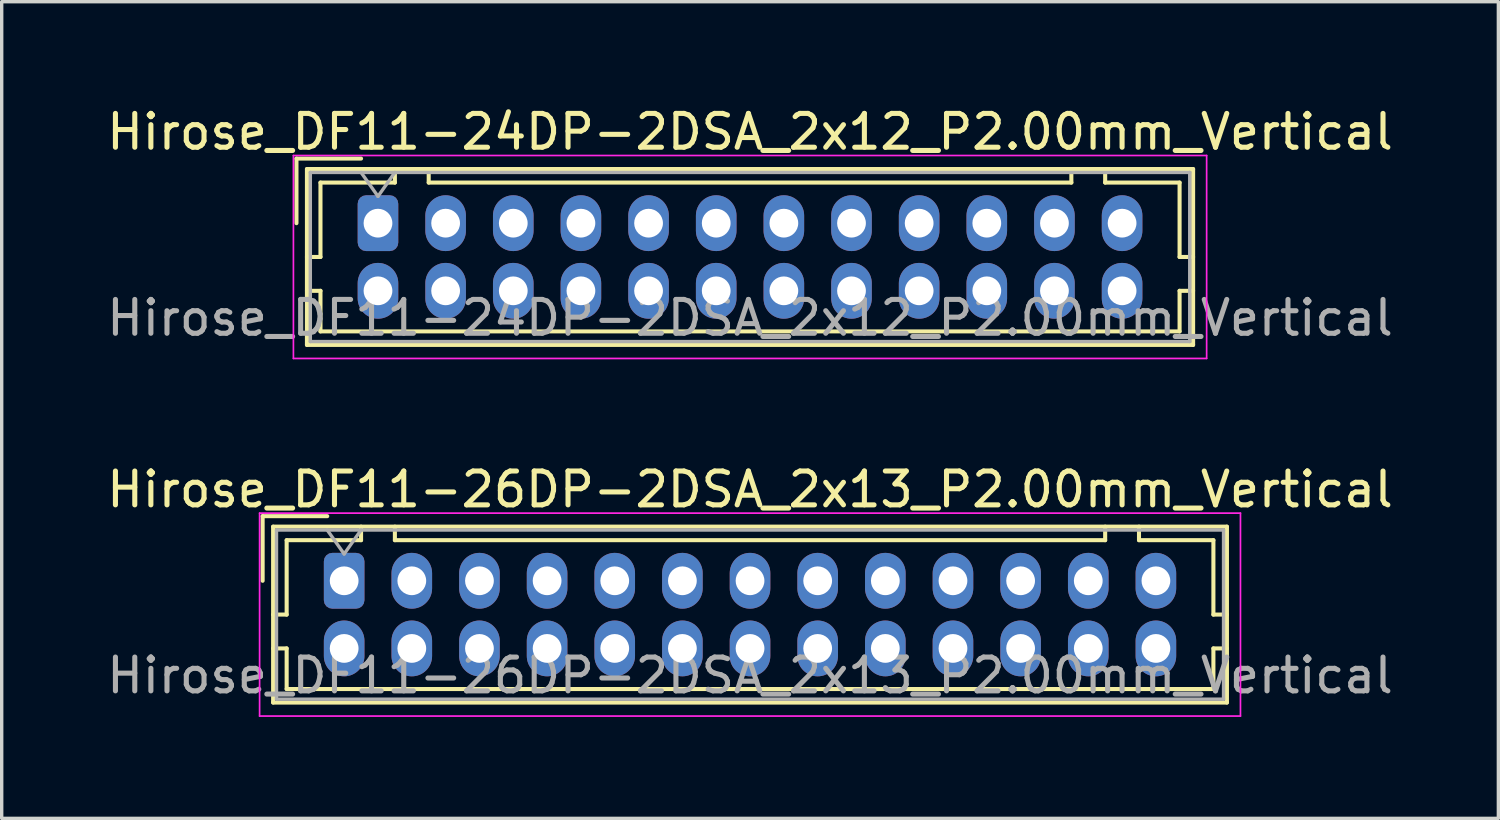
<source format=kicad_pcb>
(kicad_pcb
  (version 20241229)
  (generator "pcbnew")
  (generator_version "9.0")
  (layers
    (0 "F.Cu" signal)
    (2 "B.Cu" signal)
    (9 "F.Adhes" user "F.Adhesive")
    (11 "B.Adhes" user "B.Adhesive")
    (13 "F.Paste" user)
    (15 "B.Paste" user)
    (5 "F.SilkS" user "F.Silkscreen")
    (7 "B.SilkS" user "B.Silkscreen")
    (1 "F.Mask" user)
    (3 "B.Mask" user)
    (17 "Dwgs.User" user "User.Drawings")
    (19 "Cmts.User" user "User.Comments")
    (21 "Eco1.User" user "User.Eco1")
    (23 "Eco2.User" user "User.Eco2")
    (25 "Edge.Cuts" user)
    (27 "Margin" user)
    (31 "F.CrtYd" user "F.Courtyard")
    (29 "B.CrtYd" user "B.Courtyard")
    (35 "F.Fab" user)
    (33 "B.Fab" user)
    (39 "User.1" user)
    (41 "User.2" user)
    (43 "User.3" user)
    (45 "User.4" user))
  (footprint "Hirose_DF11-26DP-2DSA_2x13_P2.00mm_Vertical"
    (layer "F.Cu")
    (at 7.125 14.121)
    (property "Reference" "Hirose_DF11-26DP-2DSA_2x13_P2.00mm_Vertical" (at 12 -2.7 0) (layer "F.SilkS") (effects (font (size 1 1) (thickness 0.15))))
    (attr through_hole)
    (fp_line (start -2.41 -1.91) (end -0.5 -1.91) (stroke (width 0.12) (type solid)) (layer "F.SilkS"))
    (fp_line (start -2.41 0) (end -2.41 -1.91) (stroke (width 0.12) (type solid)) (layer "F.SilkS"))
    (fp_line (start -2.1 -1.6) (end -2.1 3.6) (stroke (width 0.12) (type solid)) (layer "F.SilkS"))
    (fp_line (start -2.1 1) (end -1.7 1) (stroke (width 0.12) (type solid)) (layer "F.SilkS"))
    (fp_line (start -2.1 2) (end -1.7 2) (stroke (width 0.12) (type solid)) (layer "F.SilkS"))
    (fp_line (start -2.1 3.6) (end 26.1 3.6) (stroke (width 0.12) (type solid)) (layer "F.SilkS"))
    (fp_line (start -1.7 -1.2) (end 0.5 -1.2) (stroke (width 0.12) (type solid)) (layer "F.SilkS"))
    (fp_line (start -1.7 1) (end -1.7 -1.2) (stroke (width 0.12) (type solid)) (layer "F.SilkS"))
    (fp_line (start -1.7 2) (end -1.7 3.2) (stroke (width 0.12) (type solid)) (layer "F.SilkS"))
    (fp_line (start -1.7 3.2) (end 25.7 3.2) (stroke (width 0.12) (type solid)) (layer "F.SilkS"))
    (fp_line (start 0.5 -1.2) (end 0.5 -1.6) (stroke (width 0.12) (type solid)) (layer "F.SilkS"))
    (fp_line (start 1.5 -1.6) (end 1.5 -1.2) (stroke (width 0.12) (type solid)) (layer "F.SilkS"))
    (fp_line (start 1.5 -1.2) (end 22.5 -1.2) (stroke (width 0.12) (type solid)) (layer "F.SilkS"))
    (fp_line (start 22.5 -1.2) (end 22.5 -1.6) (stroke (width 0.12) (type solid)) (layer "F.SilkS"))
    (fp_line (start 23.5 -1.2) (end 23.5 -1.6) (stroke (width 0.12) (type solid)) (layer "F.SilkS"))
    (fp_line (start 25.7 -1.2) (end 23.5 -1.2) (stroke (width 0.12) (type solid)) (layer "F.SilkS"))
    (fp_line (start 25.7 1) (end 25.7 -1.2) (stroke (width 0.12) (type solid)) (layer "F.SilkS"))
    (fp_line (start 25.7 2) (end 26.1 2) (stroke (width 0.12) (type solid)) (layer "F.SilkS"))
    (fp_line (start 25.7 3.2) (end 25.7 2) (stroke (width 0.12) (type solid)) (layer "F.SilkS"))
    (fp_line (start 26.1 -1.6) (end -2.1 -1.6) (stroke (width 0.12) (type solid)) (layer "F.SilkS"))
    (fp_line (start 26.1 1) (end 25.7 1) (stroke (width 0.12) (type solid)) (layer "F.SilkS"))
    (fp_line (start 26.1 3.6) (end 26.1 -1.6) (stroke (width 0.12) (type solid)) (layer "F.SilkS"))
    (fp_line (start -2.5 -2) (end -2.5 4) (stroke (width 0.05) (type solid)) (layer "F.CrtYd"))
    (fp_line (start -2.5 4) (end 26.5 4) (stroke (width 0.05) (type solid)) (layer "F.CrtYd"))
    (fp_line (start 26.5 -2) (end -2.5 -2) (stroke (width 0.05) (type solid)) (layer "F.CrtYd"))
    (fp_line (start 26.5 4) (end 26.5 -2) (stroke (width 0.05) (type solid)) (layer "F.CrtYd"))
    (fp_line (start -2 -1.5) (end -2 3.5) (stroke (width 0.1) (type solid)) (layer "F.Fab"))
    (fp_line (start -2 3.5) (end 26 3.5) (stroke (width 0.1) (type solid)) (layer "F.Fab"))
    (fp_line (start -0.5 -1.5) (end 0 -0.793) (stroke (width 0.1) (type solid)) (layer "F.Fab"))
    (fp_line (start 0 -0.793) (end 0.5 -1.5) (stroke (width 0.1) (type solid)) (layer "F.Fab"))
    (fp_line (start 26 -1.5) (end -2 -1.5) (stroke (width 0.1) (type solid)) (layer "F.Fab"))
    (fp_line (start 26 3.5) (end 26 -1.5) (stroke (width 0.1) (type solid)) (layer "F.Fab"))
    (fp_text user "${REFERENCE}" (at 12 2.8 0) (layer "F.Fab") (effects (font (size 1 1) (thickness 0.15))))
    (pad "1" thru_hole roundrect (at 0 0) (size 1.2 1.65) (drill 0.85) (layers "*.Cu" "*.Mask") (roundrect_rratio 0.208))
    (pad "2" thru_hole oval (at 0 2) (size 1.2 1.65) (drill 0.85) (layers "*.Cu" "*.Mask"))
    (pad "3" thru_hole oval (at 2 0) (size 1.2 1.65) (drill 0.85) (layers "*.Cu" "*.Mask"))
    (pad "4" thru_hole oval (at 2 2) (size 1.2 1.65) (drill 0.85) (layers "*.Cu" "*.Mask"))
    (pad "5" thru_hole oval (at 4 0) (size 1.2 1.65) (drill 0.85) (layers "*.Cu" "*.Mask"))
    (pad "6" thru_hole oval (at 4 2) (size 1.2 1.65) (drill 0.85) (layers "*.Cu" "*.Mask"))
    (pad "7" thru_hole oval (at 6 0) (size 1.2 1.65) (drill 0.85) (layers "*.Cu" "*.Mask"))
    (pad "8" thru_hole oval (at 6 2) (size 1.2 1.65) (drill 0.85) (layers "*.Cu" "*.Mask"))
    (pad "9" thru_hole oval (at 8 0) (size 1.2 1.65) (drill 0.85) (layers "*.Cu" "*.Mask"))
    (pad "10" thru_hole oval (at 8 2) (size 1.2 1.65) (drill 0.85) (layers "*.Cu" "*.Mask"))
    (pad "11" thru_hole oval (at 10 0) (size 1.2 1.65) (drill 0.85) (layers "*.Cu" "*.Mask"))
    (pad "12" thru_hole oval (at 10 2) (size 1.2 1.65) (drill 0.85) (layers "*.Cu" "*.Mask"))
    (pad "13" thru_hole oval (at 12 0) (size 1.2 1.65) (drill 0.85) (layers "*.Cu" "*.Mask"))
    (pad "14" thru_hole oval (at 12 2) (size 1.2 1.65) (drill 0.85) (layers "*.Cu" "*.Mask"))
    (pad "15" thru_hole oval (at 14 0) (size 1.2 1.65) (drill 0.85) (layers "*.Cu" "*.Mask"))
    (pad "16" thru_hole oval (at 14 2) (size 1.2 1.65) (drill 0.85) (layers "*.Cu" "*.Mask"))
    (pad "17" thru_hole oval (at 16 0) (size 1.2 1.65) (drill 0.85) (layers "*.Cu" "*.Mask"))
    (pad "18" thru_hole oval (at 16 2) (size 1.2 1.65) (drill 0.85) (layers "*.Cu" "*.Mask"))
    (pad "19" thru_hole oval (at 18 0) (size 1.2 1.65) (drill 0.85) (layers "*.Cu" "*.Mask"))
    (pad "20" thru_hole oval (at 18 2) (size 1.2 1.65) (drill 0.85) (layers "*.Cu" "*.Mask"))
    (pad "21" thru_hole oval (at 20 0) (size 1.2 1.65) (drill 0.85) (layers "*.Cu" "*.Mask"))
    (pad "22" thru_hole oval (at 20 2) (size 1.2 1.65) (drill 0.85) (layers "*.Cu" "*.Mask"))
    (pad "23" thru_hole oval (at 22 0) (size 1.2 1.65) (drill 0.85) (layers "*.Cu" "*.Mask"))
    (pad "24" thru_hole oval (at 22 2) (size 1.2 1.65) (drill 0.85) (layers "*.Cu" "*.Mask"))
    (pad "25" thru_hole oval (at 24 0) (size 1.2 1.65) (drill 0.85) (layers "*.Cu" "*.Mask"))
    (pad "26" thru_hole oval (at 24 2) (size 1.2 1.65) (drill 0.85) (layers "*.Cu" "*.Mask")))
  (footprint "Hirose_DF11-24DP-2DSA_2x12_P2.00mm_Vertical"
    (layer "F.Cu")
    (at 8.125 3.548)
    (property "Reference" "Hirose_DF11-24DP-2DSA_2x12_P2.00mm_Vertical" (at 11 -2.7 0) (layer "F.SilkS") (effects (font (size 1 1) (thickness 0.15))))
    (attr through_hole)
    (fp_line (start -2.41 -1.91) (end -0.5 -1.91) (stroke (width 0.12) (type solid)) (layer "F.SilkS"))
    (fp_line (start -2.41 0) (end -2.41 -1.91) (stroke (width 0.12) (type solid)) (layer "F.SilkS"))
    (fp_line (start -2.1 -1.6) (end -2.1 3.6) (stroke (width 0.12) (type solid)) (layer "F.SilkS"))
    (fp_line (start -2.1 1) (end -1.7 1) (stroke (width 0.12) (type solid)) (layer "F.SilkS"))
    (fp_line (start -2.1 2) (end -1.7 2) (stroke (width 0.12) (type solid)) (layer "F.SilkS"))
    (fp_line (start -2.1 3.6) (end 24.1 3.6) (stroke (width 0.12) (type solid)) (layer "F.SilkS"))
    (fp_line (start -1.7 -1.2) (end 0.5 -1.2) (stroke (width 0.12) (type solid)) (layer "F.SilkS"))
    (fp_line (start -1.7 1) (end -1.7 -1.2) (stroke (width 0.12) (type solid)) (layer "F.SilkS"))
    (fp_line (start -1.7 2) (end -1.7 3.2) (stroke (width 0.12) (type solid)) (layer "F.SilkS"))
    (fp_line (start -1.7 3.2) (end 23.7 3.2) (stroke (width 0.12) (type solid)) (layer "F.SilkS"))
    (fp_line (start 0.5 -1.2) (end 0.5 -1.6) (stroke (width 0.12) (type solid)) (layer "F.SilkS"))
    (fp_line (start 1.5 -1.6) (end 1.5 -1.2) (stroke (width 0.12) (type solid)) (layer "F.SilkS"))
    (fp_line (start 1.5 -1.2) (end 20.5 -1.2) (stroke (width 0.12) (type solid)) (layer "F.SilkS"))
    (fp_line (start 20.5 -1.2) (end 20.5 -1.6) (stroke (width 0.12) (type solid)) (layer "F.SilkS"))
    (fp_line (start 21.5 -1.2) (end 21.5 -1.6) (stroke (width 0.12) (type solid)) (layer "F.SilkS"))
    (fp_line (start 23.7 -1.2) (end 21.5 -1.2) (stroke (width 0.12) (type solid)) (layer "F.SilkS"))
    (fp_line (start 23.7 1) (end 23.7 -1.2) (stroke (width 0.12) (type solid)) (layer "F.SilkS"))
    (fp_line (start 23.7 2) (end 24.1 2) (stroke (width 0.12) (type solid)) (layer "F.SilkS"))
    (fp_line (start 23.7 3.2) (end 23.7 2) (stroke (width 0.12) (type solid)) (layer "F.SilkS"))
    (fp_line (start 24.1 -1.6) (end -2.1 -1.6) (stroke (width 0.12) (type solid)) (layer "F.SilkS"))
    (fp_line (start 24.1 1) (end 23.7 1) (stroke (width 0.12) (type solid)) (layer "F.SilkS"))
    (fp_line (start 24.1 3.6) (end 24.1 -1.6) (stroke (width 0.12) (type solid)) (layer "F.SilkS"))
    (fp_line (start -2.5 -2) (end -2.5 4) (stroke (width 0.05) (type solid)) (layer "F.CrtYd"))
    (fp_line (start -2.5 4) (end 24.5 4) (stroke (width 0.05) (type solid)) (layer "F.CrtYd"))
    (fp_line (start 24.5 -2) (end -2.5 -2) (stroke (width 0.05) (type solid)) (layer "F.CrtYd"))
    (fp_line (start 24.5 4) (end 24.5 -2) (stroke (width 0.05) (type solid)) (layer "F.CrtYd"))
    (fp_line (start -2 -1.5) (end -2 3.5) (stroke (width 0.1) (type solid)) (layer "F.Fab"))
    (fp_line (start -2 3.5) (end 24 3.5) (stroke (width 0.1) (type solid)) (layer "F.Fab"))
    (fp_line (start -0.5 -1.5) (end 0 -0.793) (stroke (width 0.1) (type solid)) (layer "F.Fab"))
    (fp_line (start 0 -0.793) (end 0.5 -1.5) (stroke (width 0.1) (type solid)) (layer "F.Fab"))
    (fp_line (start 24 -1.5) (end -2 -1.5) (stroke (width 0.1) (type solid)) (layer "F.Fab"))
    (fp_line (start 24 3.5) (end 24 -1.5) (stroke (width 0.1) (type solid)) (layer "F.Fab"))
    (fp_text user "${REFERENCE}" (at 11 2.8 0) (layer "F.Fab") (effects (font (size 1 1) (thickness 0.15))))
    (pad "1" thru_hole roundrect (at 0 0) (size 1.2 1.65) (drill 0.85) (layers "*.Cu" "*.Mask") (roundrect_rratio 0.208))
    (pad "2" thru_hole oval (at 0 2) (size 1.2 1.65) (drill 0.85) (layers "*.Cu" "*.Mask"))
    (pad "3" thru_hole oval (at 2 0) (size 1.2 1.65) (drill 0.85) (layers "*.Cu" "*.Mask"))
    (pad "4" thru_hole oval (at 2 2) (size 1.2 1.65) (drill 0.85) (layers "*.Cu" "*.Mask"))
    (pad "5" thru_hole oval (at 4 0) (size 1.2 1.65) (drill 0.85) (layers "*.Cu" "*.Mask"))
    (pad "6" thru_hole oval (at 4 2) (size 1.2 1.65) (drill 0.85) (layers "*.Cu" "*.Mask"))
    (pad "7" thru_hole oval (at 6 0) (size 1.2 1.65) (drill 0.85) (layers "*.Cu" "*.Mask"))
    (pad "8" thru_hole oval (at 6 2) (size 1.2 1.65) (drill 0.85) (layers "*.Cu" "*.Mask"))
    (pad "9" thru_hole oval (at 8 0) (size 1.2 1.65) (drill 0.85) (layers "*.Cu" "*.Mask"))
    (pad "10" thru_hole oval (at 8 2) (size 1.2 1.65) (drill 0.85) (layers "*.Cu" "*.Mask"))
    (pad "11" thru_hole oval (at 10 0) (size 1.2 1.65) (drill 0.85) (layers "*.Cu" "*.Mask"))
    (pad "12" thru_hole oval (at 10 2) (size 1.2 1.65) (drill 0.85) (layers "*.Cu" "*.Mask"))
    (pad "13" thru_hole oval (at 12 0) (size 1.2 1.65) (drill 0.85) (layers "*.Cu" "*.Mask"))
    (pad "14" thru_hole oval (at 12 2) (size 1.2 1.65) (drill 0.85) (layers "*.Cu" "*.Mask"))
    (pad "15" thru_hole oval (at 14 0) (size 1.2 1.65) (drill 0.85) (layers "*.Cu" "*.Mask"))
    (pad "16" thru_hole oval (at 14 2) (size 1.2 1.65) (drill 0.85) (layers "*.Cu" "*.Mask"))
    (pad "17" thru_hole oval (at 16 0) (size 1.2 1.65) (drill 0.85) (layers "*.Cu" "*.Mask"))
    (pad "18" thru_hole oval (at 16 2) (size 1.2 1.65) (drill 0.85) (layers "*.Cu" "*.Mask"))
    (pad "19" thru_hole oval (at 18 0) (size 1.2 1.65) (drill 0.85) (layers "*.Cu" "*.Mask"))
    (pad "20" thru_hole oval (at 18 2) (size 1.2 1.65) (drill 0.85) (layers "*.Cu" "*.Mask"))
    (pad "21" thru_hole oval (at 20 0) (size 1.2 1.65) (drill 0.85) (layers "*.Cu" "*.Mask"))
    (pad "22" thru_hole oval (at 20 2) (size 1.2 1.65) (drill 0.85) (layers "*.Cu" "*.Mask"))
    (pad "23" thru_hole oval (at 22 0) (size 1.2 1.65) (drill 0.85) (layers "*.Cu" "*.Mask"))
    (pad "24" thru_hole oval (at 22 2) (size 1.2 1.65) (drill 0.85) (layers "*.Cu" "*.Mask")))
  (gr_rect
    (start -3 -3)
    (end 41.25 21.146)
    (stroke (width 0.1) (type default))
    (fill no)
    (layer "Edge.Cuts")))
</source>
